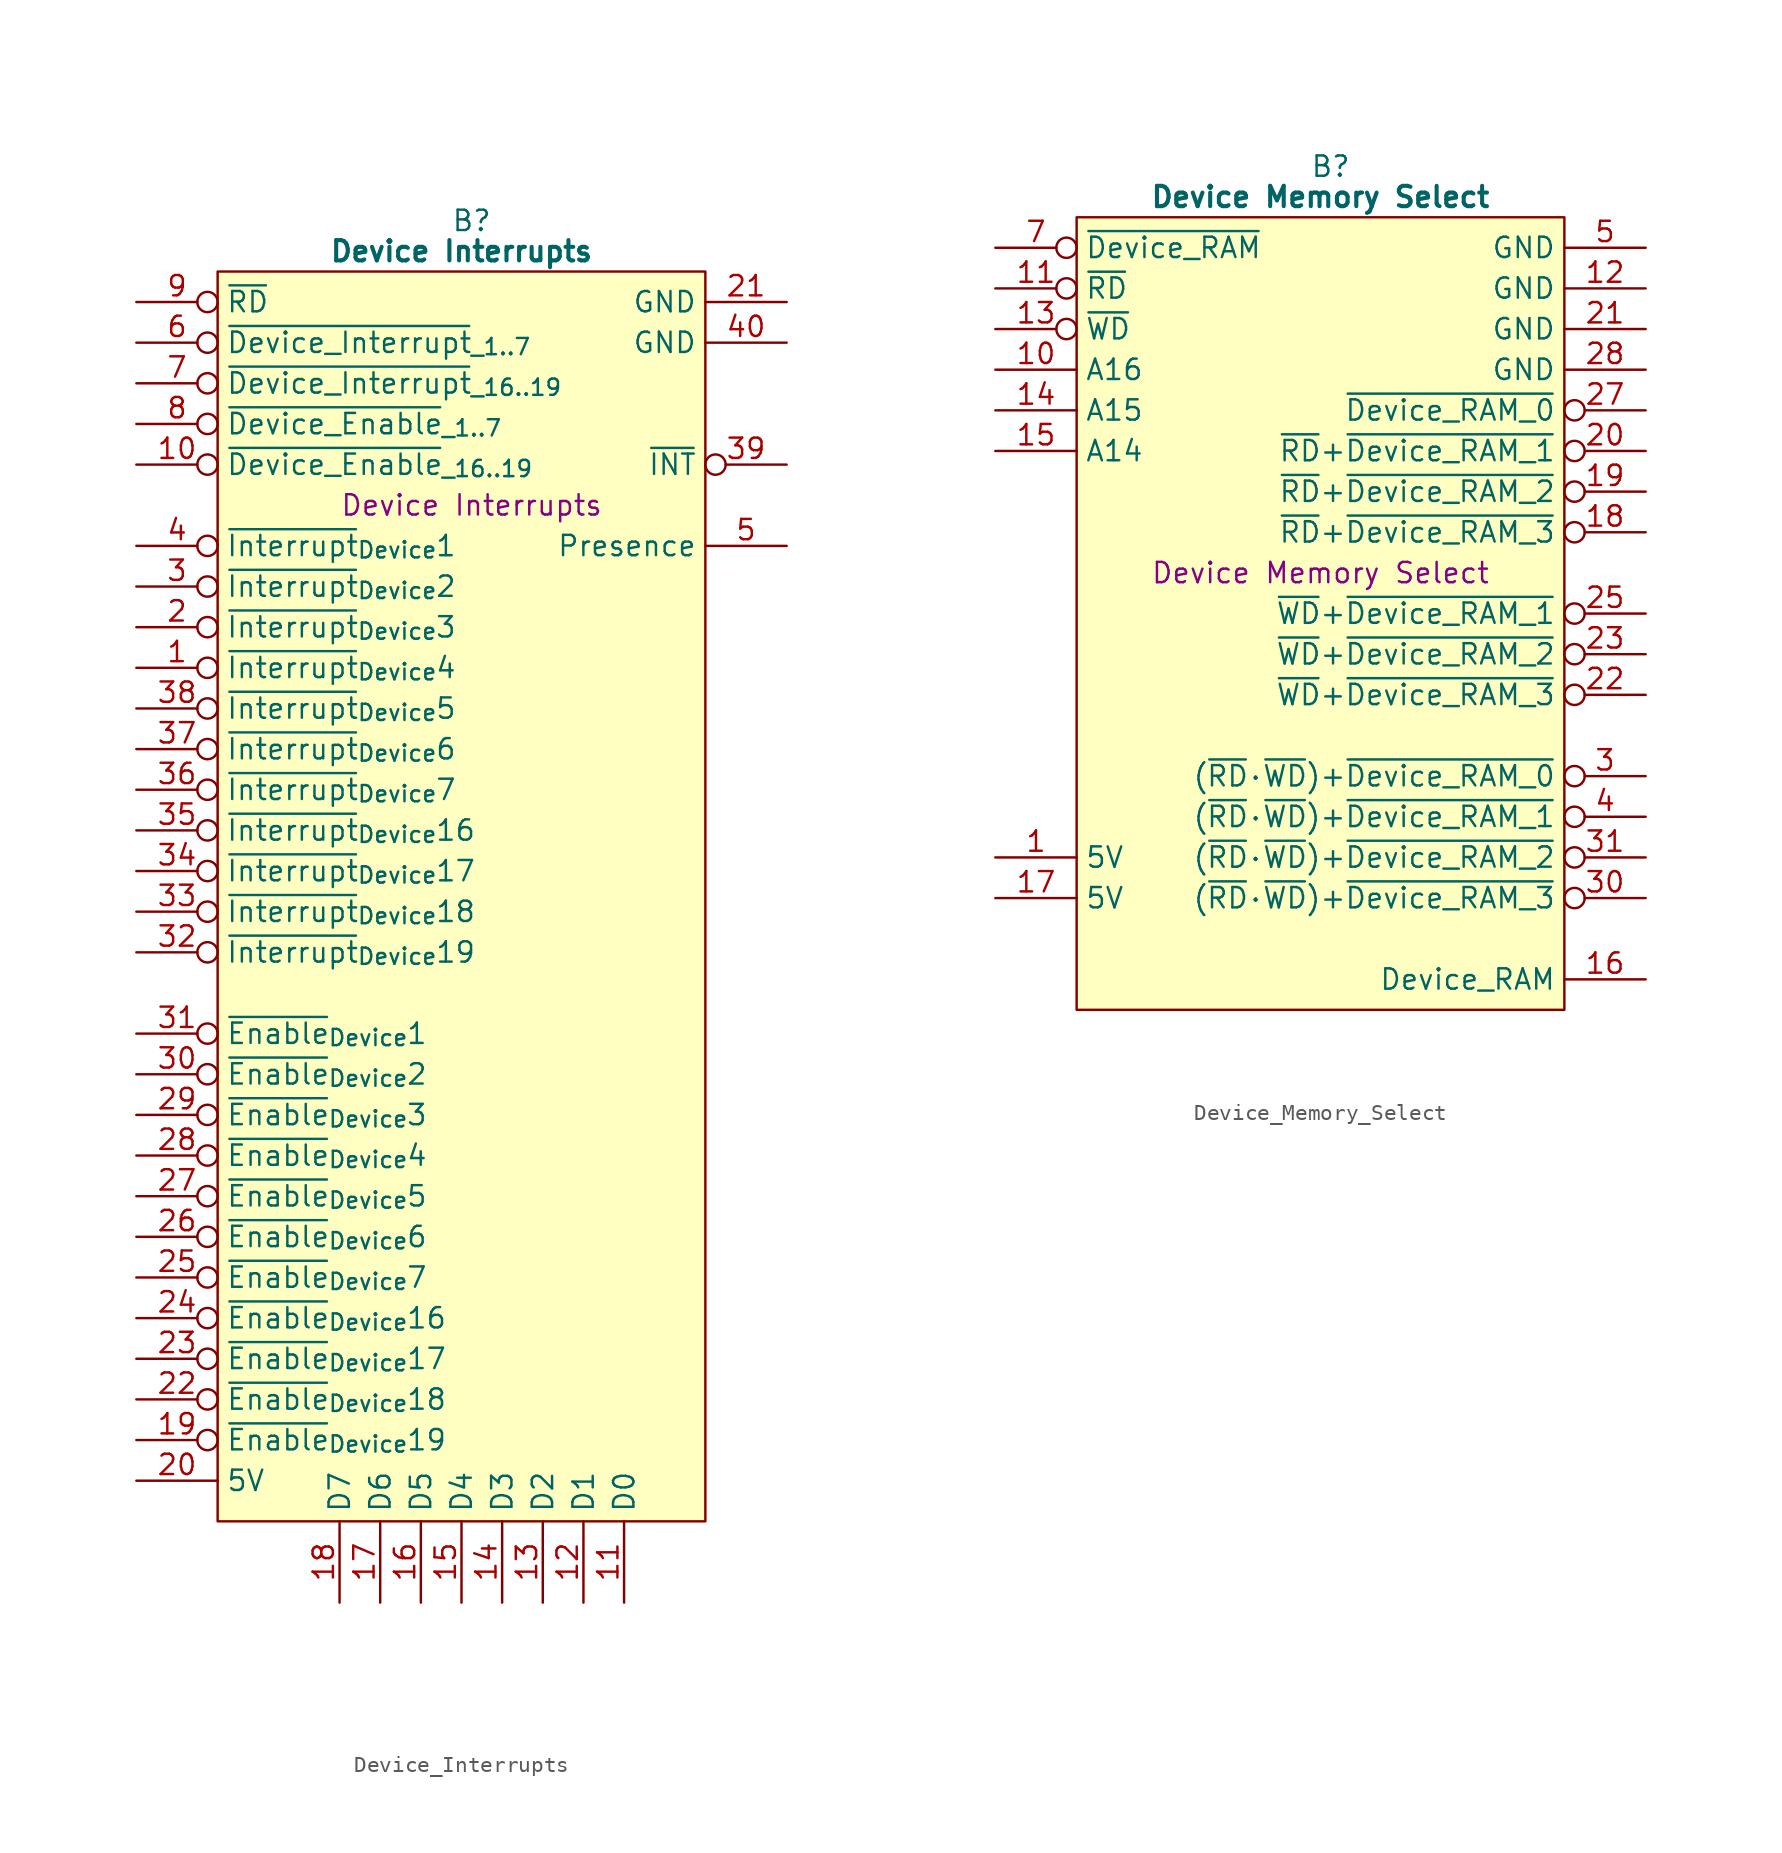
<source format=kicad_sym>
(kicad_symbol_lib
  (version 20241209)
  (generator "kicad_symbol_editor")
  (generator_version "9.0")
  (symbol "Device_Interrupts"
    (property "Reference" "B"
      (at 15.875 5.08 0)
      (effects (font (size 1.27 1.27))))
    (property "Value" "Device Interrupts"
      (at 15.24 3.175 0)
      (effects (font (size 1.27 1.27) (bold yes))))
    (property "Description" "Device Interrupts"
      (at 15.875 -12.7 0)
      (effects (font (size 1.27 1.27))))
    (symbol "Device_Interrupts_0_1"
      (polyline (pts (xy 0 1.905) (xy 30.48 1.905) (xy 30.48 -76.2) (xy 0 -76.2) (xy 0 1.905)) (stroke (width 0.152) (type default)) (fill (type background))))
    (symbol "Device_Interrupts_1_0"
      (pin input inverted (at -5.08 -25.4 0) (length 5.08) (name "~{Interrupt}_{Device}5" (effects (font (size 1.27 1.27)))) (number "38" (effects (font (size 1.27 1.27)))))
      (pin input inverted (at -5.08 -27.94 0) (length 5.08) (name "~{Interrupt}_{Device}6" (effects (font (size 1.27 1.27)))) (number "37" (effects (font (size 1.27 1.27)))))
      (pin input inverted (at -5.08 -30.48 0) (length 5.08) (name "~{Interrupt}_{Device}7" (effects (font (size 1.27 1.27)))) (number "36" (effects (font (size 1.27 1.27)))))
      (pin input inverted (at -5.08 -33.02 0) (length 5.08) (name "~{Interrupt}_{Device}16" (effects (font (size 1.27 1.27)))) (number "35" (effects (font (size 1.27 1.27)))))
      (pin input inverted (at -5.08 -35.56 0) (length 5.08) (name "~{Interrupt}_{Device}17" (effects (font (size 1.27 1.27)))) (number "34" (effects (font (size 1.27 1.27)))))
      (pin input inverted (at -5.08 -38.1 0) (length 5.08) (name "~{Interrupt}_{Device}18" (effects (font (size 1.27 1.27)))) (number "33" (effects (font (size 1.27 1.27)))))
      (pin input inverted (at -5.08 -40.64 0) (length 5.08) (name "~{Interrupt}_{Device}19" (effects (font (size 1.27 1.27)))) (number "32" (effects (font (size 1.27 1.27)))))
      (pin output inverted (at 35.56 -10.16 180) (length 5.08) (name "~{INT}" (effects (font (size 1.27 1.27)))) (number "39" (effects (font (size 1.27 1.27))))))
    (symbol "Device_Interrupts_1_1"
      (pin input inverted (at -5.08 0 0) (length 5.08) (name "~{RD}" (effects (font (size 1.27 1.27)))) (number "9" (effects (font (size 1.27 1.27)))))
      (pin input inverted (at -5.08 -2.54 0) (length 5.08) (name "~{Device_Interrupt}_{_1..7}" (effects (font (size 1.27 1.27)))) (number "6" (effects (font (size 1.27 1.27)))))
      (pin input inverted (at -5.08 -5.08 0) (length 5.08) (name "~{Device_Interrupt}_{_16..19}" (effects (font (size 1.27 1.27)))) (number "7" (effects (font (size 1.27 1.27)))))
      (pin input inverted (at -5.08 -7.62 0) (length 5.08) (name "~{Device_Enable}_{_1..7}" (effects (font (size 1.27 1.27)))) (number "8" (effects (font (size 1.27 1.27)))))
      (pin input inverted (at -5.08 -10.16 0) (length 5.08) (name "~{Device_Enable}_{_16..19}" (effects (font (size 1.27 1.27)))) (number "10" (effects (font (size 1.27 1.27)))))
      (pin input inverted (at -5.08 -15.24 0) (length 5.08) (name "~{Interrupt}_{Device}1" (effects (font (size 1.27 1.27)))) (number "4" (effects (font (size 1.27 1.27)))))
      (pin input inverted (at -5.08 -17.78 0) (length 5.08) (name "~{Interrupt}_{Device}2" (effects (font (size 1.27 1.27)))) (number "3" (effects (font (size 1.27 1.27)))))
      (pin input inverted (at -5.08 -20.32 0) (length 5.08) (name "~{Interrupt}_{Device}3" (effects (font (size 1.27 1.27)))) (number "2" (effects (font (size 1.27 1.27)))))
      (pin input inverted (at -5.08 -22.86 0) (length 5.08) (name "~{Interrupt}_{Device}4" (effects (font (size 1.27 1.27)))) (number "1" (effects (font (size 1.27 1.27)))))
      (pin input inverted (at -5.08 -45.72 0) (length 5.08) (name "~{Enable}_{Device}1" (effects (font (size 1.27 1.27)))) (number "31" (effects (font (size 1.27 1.27)))))
      (pin input inverted (at -5.08 -48.26 0) (length 5.08) (name "~{Enable}_{Device}2" (effects (font (size 1.27 1.27)))) (number "30" (effects (font (size 1.27 1.27)))))
      (pin input inverted (at -5.08 -50.8 0) (length 5.08) (name "~{Enable}_{Device}3" (effects (font (size 1.27 1.27)))) (number "29" (effects (font (size 1.27 1.27)))))
      (pin input inverted (at -5.08 -53.34 0) (length 5.08) (name "~{Enable}_{Device}4" (effects (font (size 1.27 1.27)))) (number "28" (effects (font (size 1.27 1.27)))))
      (pin input inverted (at -5.08 -55.88 0) (length 5.08) (name "~{Enable}_{Device}5" (effects (font (size 1.27 1.27)))) (number "27" (effects (font (size 1.27 1.27)))))
      (pin input inverted (at -5.08 -58.42 0) (length 5.08) (name "~{Enable}_{Device}6" (effects (font (size 1.27 1.27)))) (number "26" (effects (font (size 1.27 1.27)))))
      (pin input inverted (at -5.08 -60.96 0) (length 5.08) (name "~{Enable}_{Device}7" (effects (font (size 1.27 1.27)))) (number "25" (effects (font (size 1.27 1.27)))))
      (pin input inverted (at -5.08 -63.5 0) (length 5.08) (name "~{Enable}_{Device}16" (effects (font (size 1.27 1.27)))) (number "24" (effects (font (size 1.27 1.27)))))
      (pin input inverted (at -5.08 -66.04 0) (length 5.08) (name "~{Enable}_{Device}17" (effects (font (size 1.27 1.27)))) (number "23" (effects (font (size 1.27 1.27)))))
      (pin input inverted (at -5.08 -68.58 0) (length 5.08) (name "~{Enable}_{Device}18" (effects (font (size 1.27 1.27)))) (number "22" (effects (font (size 1.27 1.27)))))
      (pin input inverted (at -5.08 -71.12 0) (length 5.08) (name "~{Enable}_{Device}19" (effects (font (size 1.27 1.27)))) (number "19" (effects (font (size 1.27 1.27)))))
      (pin passive line (at -5.08 -73.66 0) (length 5.08) (name "5V" (effects (font (size 1.27 1.27)))) (number "20" (effects (font (size 1.27 1.27)))))
      (pin tri_state line (at 7.62 -81.28 90) (length 5.08) (name "D7" (effects (font (size 1.27 1.27)))) (number "18" (effects (font (size 1.27 1.27)))))
      (pin tri_state line (at 10.16 -81.28 90) (length 5.08) (name "D6" (effects (font (size 1.27 1.27)))) (number "17" (effects (font (size 1.27 1.27)))))
      (pin tri_state line (at 12.7 -81.28 90) (length 5.08) (name "D5" (effects (font (size 1.27 1.27)))) (number "16" (effects (font (size 1.27 1.27)))))
      (pin tri_state line (at 15.24 -81.28 90) (length 5.08) (name "D4" (effects (font (size 1.27 1.27)))) (number "15" (effects (font (size 1.27 1.27)))))
      (pin tri_state line (at 17.78 -81.28 90) (length 5.08) (name "D3" (effects (font (size 1.27 1.27)))) (number "14" (effects (font (size 1.27 1.27)))))
      (pin tri_state line (at 20.32 -81.28 90) (length 5.08) (name "D2" (effects (font (size 1.27 1.27)))) (number "13" (effects (font (size 1.27 1.27)))))
      (pin tri_state line (at 22.86 -81.28 90) (length 5.08) (name "D1" (effects (font (size 1.27 1.27)))) (number "12" (effects (font (size 1.27 1.27)))))
      (pin tri_state line (at 25.4 -81.28 90) (length 5.08) (name "D0" (effects (font (size 1.27 1.27)))) (number "11" (effects (font (size 1.27 1.27)))))
      (pin passive line (at 35.56 0 180) (length 5.08) (name "GND" (effects (font (size 1.27 1.27)))) (number "21" (effects (font (size 1.27 1.27)))))
      (pin passive line (at 35.56 -2.54 180) (length 5.08) (name "GND" (effects (font (size 1.27 1.27)))) (number "40" (effects (font (size 1.27 1.27)))))
      (pin output line (at 35.56 -15.24 180) (length 5.08) (name "Presence" (effects (font (size 1.27 1.27)))) (number "5" (effects (font (size 1.27 1.27)))))))
  (symbol "Device_Memory_Select"
    (property "Reference" "B"
      (at 15.875 5.08 0)
      (effects (font (size 1.27 1.27))))
    (property "Value" "Device Memory Select"
      (at 15.24 3.175 0)
      (effects (font (size 1.27 1.27) (bold yes))))
    (property "Description" "Device Memory Select"
      (at 15.24 -20.32 0)
      (effects (font (size 1.27 1.27))))
    (symbol "Device_Memory_Select_0_1"
      (polyline (pts (xy 0 1.905) (xy 30.48 1.905) (xy 30.48 -47.625) (xy 0 -47.625) (xy 0 1.905)) (stroke (width 0.152) (type default)) (fill (type background))))
    (symbol "Device_Memory_Select_1_0"
      (pin input inverted (at -5.08 0 0) (length 5.08) (name "~{Device_RAM}" (effects (font (size 1.27 1.27)))) (number "7" (effects (font (size 1.27 1.27))))))
    (symbol "Device_Memory_Select_1_1"
      (pin input inverted (at -5.08 -2.54 0) (length 5.08) (name "~{RD}" (effects (font (size 1.27 1.27)))) (number "11" (effects (font (size 1.27 1.27)))))
      (pin input inverted (at -5.08 -5.08 0) (length 5.08) (name "~{WD}" (effects (font (size 1.27 1.27)))) (number "13" (effects (font (size 1.27 1.27)))))
      (pin input line (at -5.08 -7.62 0) (length 5.08) (name "A16" (effects (font (size 1.27 1.27)))) (number "10" (effects (font (size 1.27 1.27)))))
      (pin input line (at -5.08 -10.16 0) (length 5.08) (name "A15" (effects (font (size 1.27 1.27)))) (number "14" (effects (font (size 1.27 1.27)))))
      (pin input line (at -5.08 -12.7 0) (length 5.08) (name "A14" (effects (font (size 1.27 1.27)))) (number "15" (effects (font (size 1.27 1.27)))))
      (pin no_connect line (at -5.08 -17.78 0) (length 5.08) (hide yes) (name "N.C." (effects (font (size 1.27 1.27)))) (number "2" (effects (font (size 1.27 1.27)))))
      (pin no_connect line (at -5.08 -20.32 0) (length 5.08) (hide yes) (name "N.C." (effects (font (size 1.27 1.27)))) (number "6" (effects (font (size 1.27 1.27)))))
      (pin no_connect line (at -5.08 -22.86 0) (length 5.08) (hide yes) (name "N.C." (effects (font (size 1.27 1.27)))) (number "8" (effects (font (size 1.27 1.27)))))
      (pin no_connect line (at -5.08 -25.4 0) (length 5.08) (hide yes) (name "N.C." (effects (font (size 1.27 1.27)))) (number "9" (effects (font (size 1.27 1.27)))))
      (pin no_connect line (at -5.08 -27.94 0) (length 5.08) (hide yes) (name "N.C." (effects (font (size 1.27 1.27)))) (number "24" (effects (font (size 1.27 1.27)))))
      (pin no_connect line (at -5.08 -30.48 0) (length 5.08) (hide yes) (name "N.C." (effects (font (size 1.27 1.27)))) (number "26" (effects (font (size 1.27 1.27)))))
      (pin no_connect line (at -5.08 -33.02 0) (length 5.08) (hide yes) (name "N.C." (effects (font (size 1.27 1.27)))) (number "29" (effects (font (size 1.27 1.27)))))
      (pin no_connect line (at -5.08 -35.56 0) (length 5.08) (hide yes) (name "N.C." (effects (font (size 1.27 1.27)))) (number "32" (effects (font (size 1.27 1.27)))))
      (pin passive line (at -5.08 -38.1 0) (length 5.08) (name "5V" (effects (font (size 1.27 1.27)))) (number "1" (effects (font (size 1.27 1.27)))))
      (pin passive line (at -5.08 -40.64 0) (length 5.08) (name "5V" (effects (font (size 1.27 1.27)))) (number "17" (effects (font (size 1.27 1.27)))))
      (pin passive line (at 35.56 0 180) (length 5.08) (name "GND" (effects (font (size 1.27 1.27)))) (number "5" (effects (font (size 1.27 1.27)))))
      (pin passive line (at 35.56 -2.54 180) (length 5.08) (name "GND" (effects (font (size 1.27 1.27)))) (number "12" (effects (font (size 1.27 1.27)))))
      (pin passive line (at 35.56 -5.08 180) (length 5.08) (name "GND" (effects (font (size 1.27 1.27)))) (number "21" (effects (font (size 1.27 1.27)))))
      (pin passive line (at 35.56 -7.62 180) (length 5.08) (name "GND" (effects (font (size 1.27 1.27)))) (number "28" (effects (font (size 1.27 1.27)))))
      (pin output inverted (at 35.56 -10.16 180) (length 5.08) (name "~{Device_RAM_0}" (effects (font (size 1.27 1.27)))) (number "27" (effects (font (size 1.27 1.27)))))
      (pin output inverted (at 35.56 -12.7 180) (length 5.08) (name "~{RD}+~{Device_RAM_1}" (effects (font (size 1.27 1.27)))) (number "20" (effects (font (size 1.27 1.27)))))
      (pin output inverted (at 35.56 -15.24 180) (length 5.08) (name "~{RD}+~{Device_RAM_2}" (effects (font (size 1.27 1.27)))) (number "19" (effects (font (size 1.27 1.27)))))
      (pin output inverted (at 35.56 -17.78 180) (length 5.08) (name "~{RD}+~{Device_RAM_3}" (effects (font (size 1.27 1.27)))) (number "18" (effects (font (size 1.27 1.27)))))
      (pin output inverted (at 35.56 -22.86 180) (length 5.08) (name "~{WD}+~{Device_RAM_1}" (effects (font (size 1.27 1.27)))) (number "25" (effects (font (size 1.27 1.27)))))
      (pin output inverted (at 35.56 -25.4 180) (length 5.08) (name "~{WD}+~{Device_RAM_2}" (effects (font (size 1.27 1.27)))) (number "23" (effects (font (size 1.27 1.27)))))
      (pin output inverted (at 35.56 -27.94 180) (length 5.08) (name "~{WD}+~{Device_RAM_3}" (effects (font (size 1.27 1.27)))) (number "22" (effects (font (size 1.27 1.27)))))
      (pin output inverted (at 35.56 -33.02 180) (length 5.08) (name "(~{RD}·~{WD})+~{Device_RAM_0}" (effects (font (size 1.27 1.27)))) (number "3" (effects (font (size 1.27 1.27)))))
      (pin output inverted (at 35.56 -35.56 180) (length 5.08) (name "(~{RD}·~{WD})+~{Device_RAM_1}" (effects (font (size 1.27 1.27)))) (number "4" (effects (font (size 1.27 1.27)))))
      (pin output inverted (at 35.56 -38.1 180) (length 5.08) (name "(~{RD}·~{WD})+~{Device_RAM_2}" (effects (font (size 1.27 1.27)))) (number "31" (effects (font (size 1.27 1.27)))))
      (pin output inverted (at 35.56 -40.64 180) (length 5.08) (name "(~{RD}·~{WD})+~{Device_RAM_3}" (effects (font (size 1.27 1.27)))) (number "30" (effects (font (size 1.27 1.27)))))
      (pin output line (at 35.56 -45.72 180) (length 5.08) (name "Device_RAM" (effects (font (size 1.27 1.27)))) (number "16" (effects (font (size 1.27 1.27))))))))
</source>
